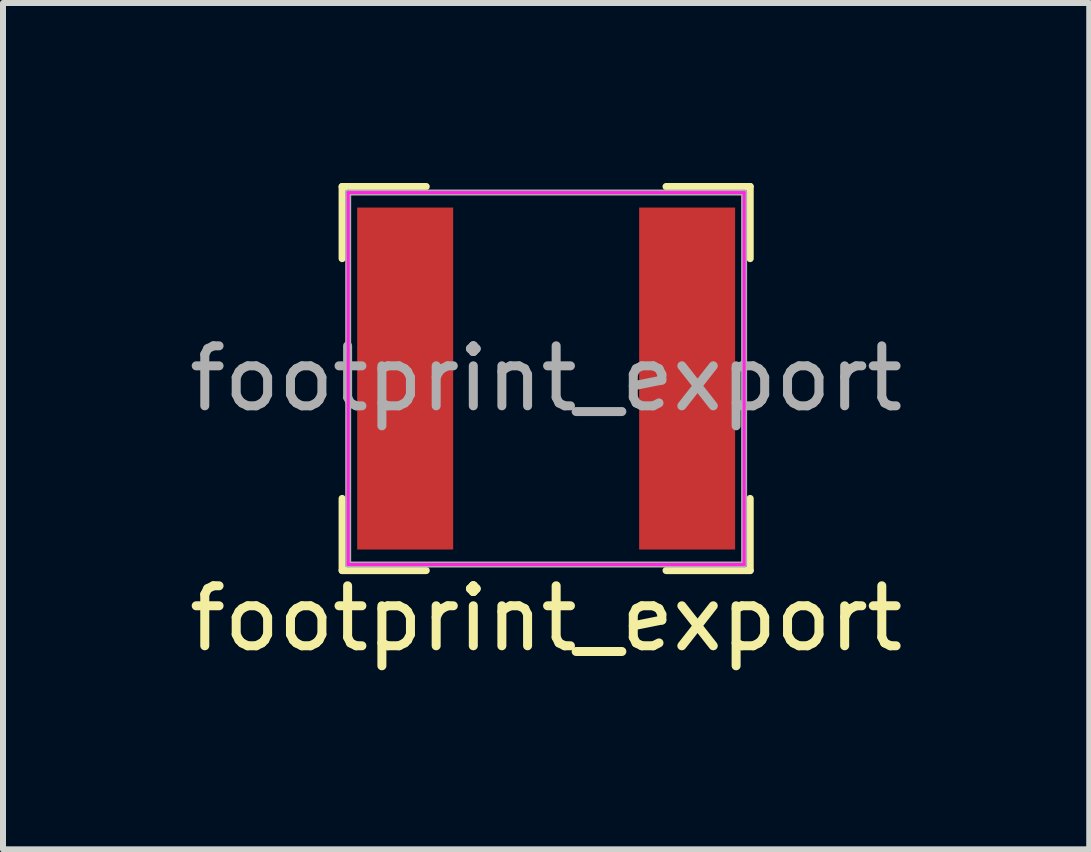
<source format=kicad_pcb>
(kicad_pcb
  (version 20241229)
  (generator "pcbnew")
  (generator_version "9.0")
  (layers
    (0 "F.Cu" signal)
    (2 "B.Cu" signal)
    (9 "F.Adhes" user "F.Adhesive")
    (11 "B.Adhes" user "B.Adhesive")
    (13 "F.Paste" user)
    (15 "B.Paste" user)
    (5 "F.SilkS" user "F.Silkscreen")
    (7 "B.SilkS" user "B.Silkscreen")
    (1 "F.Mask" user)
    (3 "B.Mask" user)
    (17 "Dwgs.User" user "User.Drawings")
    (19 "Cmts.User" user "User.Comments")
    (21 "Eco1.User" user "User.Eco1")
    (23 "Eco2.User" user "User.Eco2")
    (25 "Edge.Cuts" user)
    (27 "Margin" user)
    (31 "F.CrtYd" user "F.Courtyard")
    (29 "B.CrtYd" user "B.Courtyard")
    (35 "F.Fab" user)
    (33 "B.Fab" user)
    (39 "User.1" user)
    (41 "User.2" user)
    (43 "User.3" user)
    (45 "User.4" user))
  (footprint "footprint_export"
    (layer "F.Cu")
    (at 6.054 3.26)
    (property "Reference" "footprint_export" (at 0 4 0) (layer "F.SilkS") (effects (font (size 1 1) (thickness 0.15))))
    (attr smd)
    (fp_line (start -3.4 -3.2) (end -3.4 -2) (stroke (width 0.12) (type solid)) (layer "F.SilkS"))
    (fp_line (start -3.4 -3.2) (end -2 -3.2) (stroke (width 0.12) (type solid)) (layer "F.SilkS"))
    (fp_line (start -3.4 3.2) (end -3.4 2) (stroke (width 0.12) (type solid)) (layer "F.SilkS"))
    (fp_line (start -3.4 3.2) (end -2 3.2) (stroke (width 0.12) (type solid)) (layer "F.SilkS"))
    (fp_line (start 3.4 -3.2) (end 2 -3.2) (stroke (width 0.12) (type solid)) (layer "F.SilkS"))
    (fp_line (start 3.4 -3.2) (end 3.4 -2) (stroke (width 0.12) (type solid)) (layer "F.SilkS"))
    (fp_line (start 3.4 3.2) (end 2 3.2) (stroke (width 0.12) (type solid)) (layer "F.SilkS"))
    (fp_line (start 3.4 3.2) (end 3.4 2) (stroke (width 0.12) (type solid)) (layer "F.SilkS"))
    (fp_line (start -3.3 -3.1) (end -3.3 3.1) (stroke (width 0.05) (type solid)) (layer "F.CrtYd"))
    (fp_line (start -3.3 -3.1) (end 3.3 -3.1) (stroke (width 0.05) (type solid)) (layer "F.CrtYd"))
    (fp_line (start 3.3 -3.1) (end 3.3 3.1) (stroke (width 0.05) (type solid)) (layer "F.CrtYd"))
    (fp_line (start 3.3 3.1) (end -3.3 3.1) (stroke (width 0.05) (type solid)) (layer "F.CrtYd"))
    (fp_line (start -3.3 -3.1) (end -3.3 3.1) (stroke (width 0.1) (type solid)) (layer "F.Fab"))
    (fp_line (start -3.3 -3.1) (end 3.3 -3.1) (stroke (width 0.1) (type solid)) (layer "F.Fab"))
    (fp_line (start 3.3 -3.1) (end 3.3 3.1) (stroke (width 0.1) (type solid)) (layer "F.Fab"))
    (fp_line (start 3.3 3.1) (end -3.3 3.1) (stroke (width 0.1) (type solid)) (layer "F.Fab"))
    (fp_text user "${REFERENCE}" (at 0 0 0) (layer "F.Fab") (effects (font (size 1 1) (thickness 0.15))))
    (pad "1" smd rect (at -2.35 0) (size 1.6 5.7) (layers "F.Cu" "F.Mask" "F.Paste"))
    (pad "2" smd rect (at 2.35 0) (size 1.6 5.7) (layers "F.Cu" "F.Mask" "F.Paste")))
  (gr_rect
    (start -3 -3)
    (end 15.107 11.108)
    (stroke (width 0.1) (type default))
    (fill no)
    (layer "Edge.Cuts")))
</source>
